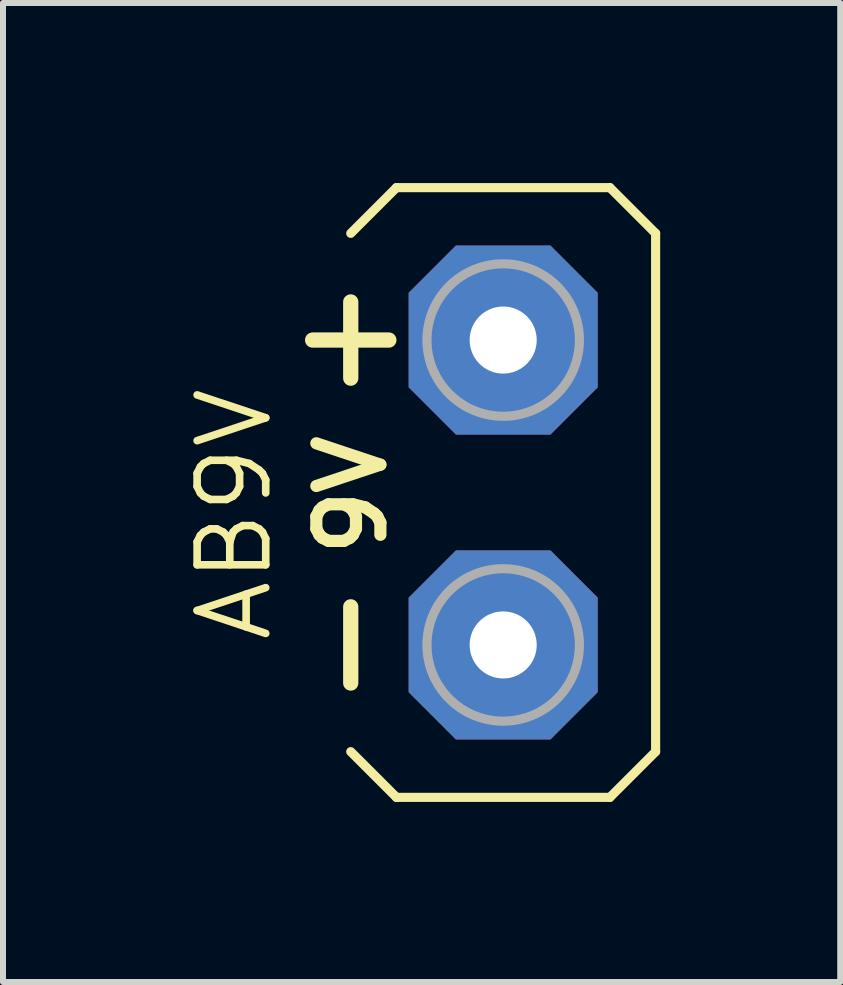
<source format=kicad_pcb>
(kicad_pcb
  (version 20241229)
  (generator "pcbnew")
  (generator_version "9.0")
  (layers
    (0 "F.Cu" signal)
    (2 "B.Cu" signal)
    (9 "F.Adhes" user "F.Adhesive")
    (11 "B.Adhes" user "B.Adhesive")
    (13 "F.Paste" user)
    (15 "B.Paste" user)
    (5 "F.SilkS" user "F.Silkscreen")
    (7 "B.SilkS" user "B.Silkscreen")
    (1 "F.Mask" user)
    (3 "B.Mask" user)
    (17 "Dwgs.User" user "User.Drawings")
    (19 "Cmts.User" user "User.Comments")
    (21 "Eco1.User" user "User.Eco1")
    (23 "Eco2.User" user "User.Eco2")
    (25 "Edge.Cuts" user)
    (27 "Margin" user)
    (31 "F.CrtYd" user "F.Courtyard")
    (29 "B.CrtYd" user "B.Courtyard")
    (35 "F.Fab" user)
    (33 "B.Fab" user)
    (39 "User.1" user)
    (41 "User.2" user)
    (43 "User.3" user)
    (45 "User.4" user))
  (footprint "AB9V"
    (layer "F.Cu")
    (at 5.334 5.156)
    (property "Reference" "AB9V" (at -3.81 2.54 90) (layer "F.SilkS") (effects (font (size 1.143 1.143) (thickness 0.127)) (justify left bottom)))
    (fp_line (start -2.54 -4.318) (end -1.778 -5.08) (stroke (width 0.152) (type solid)) (layer "F.SilkS"))
    (fp_line (start -2.54 -1.905) (end -2.54 -3.175) (stroke (width 0.254) (type solid)) (layer "F.SilkS"))
    (fp_line (start -2.54 3.175) (end -2.54 1.905) (stroke (width 0.254) (type solid)) (layer "F.SilkS"))
    (fp_line (start -2.54 4.318) (end -1.778 5.08) (stroke (width 0.152) (type solid)) (layer "F.SilkS"))
    (fp_line (start -1.905 -2.54) (end -3.175 -2.54) (stroke (width 0.254) (type solid)) (layer "F.SilkS"))
    (fp_line (start -1.778 -5.08) (end 1.778 -5.08) (stroke (width 0.152) (type solid)) (layer "F.SilkS"))
    (fp_line (start 1.778 5.08) (end -1.778 5.08) (stroke (width 0.152) (type solid)) (layer "F.SilkS"))
    (fp_line (start 1.778 5.08) (end 2.54 4.318) (stroke (width 0.152) (type solid)) (layer "F.SilkS"))
    (fp_line (start 2.54 -4.318) (end 1.778 -5.08) (stroke (width 0.152) (type solid)) (layer "F.SilkS"))
    (fp_line (start 2.54 -4.318) (end 2.54 4.318) (stroke (width 0.152) (type solid)) (layer "F.SilkS"))
    (fp_circle (center 0 -2.54) (end 1.27 -2.54) (stroke (width 0.152) (type solid)) (fill no) (layer "F.Fab"))
    (fp_circle (center 0 2.54) (end 1.27 2.54) (stroke (width 0.152) (type solid)) (fill no) (layer "F.Fab"))
    (fp_text user "9V" (at -1.905 1.143 90) (layer "F.SilkS") (effects (font (size 1.067 1.067) (thickness 0.203)) (justify left bottom)))
    (pad "+" thru_hole roundrect (at 0 -2.54) (size 3.15 3.15) (drill 1.118) (layers "*.Cu" "*.Mask") (roundrect_rratio 0.25) (chamfer_ratio 0.25) (chamfer top_left top_right bottom_left bottom_right))
    (pad "-" thru_hole roundrect (at 0 2.54) (size 3.15 3.15) (drill 1.118) (layers "*.Cu" "*.Mask") (roundrect_rratio 0.25) (chamfer_ratio 0.25) (chamfer top_left top_right bottom_left bottom_right)))
  (gr_rect
    (start -3 -3)
    (end 10.95 13.312)
    (stroke (width 0.1) (type default))
    (fill no)
    (layer "Edge.Cuts")))
</source>
